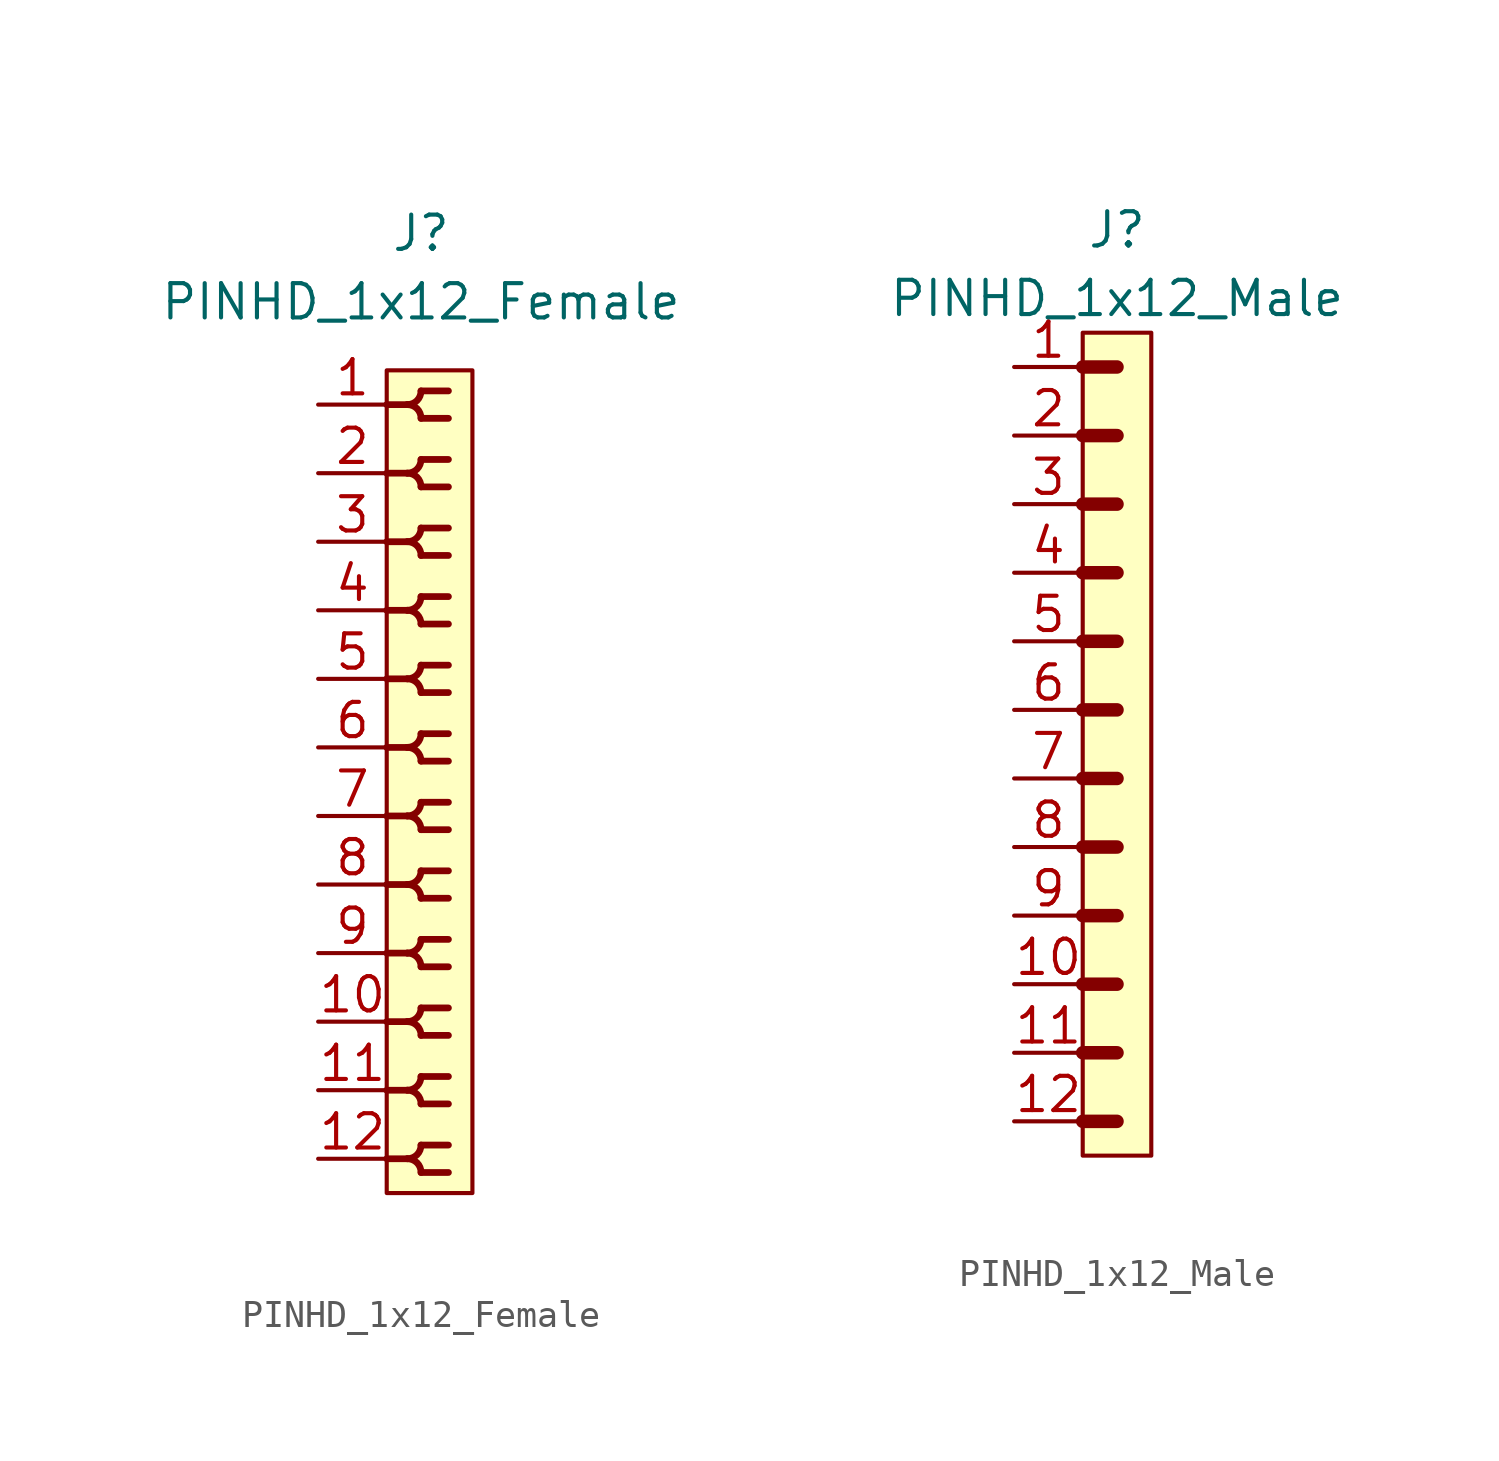
<source format=kicad_sym>
(kicad_symbol_lib
  (version 20211014)
  (generator kicad_symbol_editor)
  (symbol "PINHD_1x12_Female"
    (property "Reference" "J"
      (at 0 20.32 0)
      (effects (font (size 1.27 1.27))))
    (property "Value" "PINHD_1x12_Female"
      (at 0 17.78 0)
      (effects (font (size 1.27 1.27))))
    (symbol "PINHD_1x12_Female_0_1"
      (rectangle (start -1.27 15.24) (end 1.905 -15.24) (stroke (width 0) (type default) (color 0 0 0 0)) (fill (type background)))
      (arc (start -0.508 -13.97) (mid 0.3592 -14.3292) (end 0 -13.462) (stroke (width 0.25) (type default) (color 0 0 0 0)) (fill (type none)))
      (arc (start -0.508 -11.43) (mid 0.3592 -11.7892) (end 0 -10.922) (stroke (width 0.25) (type default) (color 0 0 0 0)) (fill (type none)))
      (arc (start -0.508 -8.89) (mid 0.3592 -9.2492) (end 0 -8.382) (stroke (width 0.25) (type default) (color 0 0 0 0)) (fill (type none)))
      (arc (start -0.508 -6.35) (mid 0.3592 -6.7092) (end 0 -5.842) (stroke (width 0.25) (type default) (color 0 0 0 0)) (fill (type none)))
      (arc (start -0.508 -3.81) (mid 0.3592 -4.1692) (end 0 -3.302) (stroke (width 0.25) (type default) (color 0 0 0 0)) (fill (type none)))
      (arc (start -0.508 -1.27) (mid 0.3592 -1.6292) (end 0 -0.762) (stroke (width 0.25) (type default) (color 0 0 0 0)) (fill (type none)))
      (arc (start -0.508 1.27) (mid 0.3592 0.9108) (end 0 1.778) (stroke (width 0.25) (type default) (color 0 0 0 0)) (fill (type none)))
      (arc (start -0.508 3.81) (mid 0.3592 3.4508) (end 0 4.318) (stroke (width 0.25) (type default) (color 0 0 0 0)) (fill (type none)))
      (arc (start -0.508 6.35) (mid 0.3592 5.9908) (end 0 6.858) (stroke (width 0.25) (type default) (color 0 0 0 0)) (fill (type none)))
      (arc (start -0.508 8.89) (mid 0.3592 8.5308) (end 0 9.398) (stroke (width 0.25) (type default) (color 0 0 0 0)) (fill (type none)))
      (arc (start -0.508 11.43) (mid 0.3592 11.0708) (end 0 11.938) (stroke (width 0.25) (type default) (color 0 0 0 0)) (fill (type none)))
      (arc (start -0.508 13.97) (mid 0.3592 13.6108) (end 0 14.478) (stroke (width 0.25) (type default) (color 0 0 0 0)) (fill (type none)))
      (arc (start 0 -14.478) (mid 0.3592 -13.6108) (end -0.508 -13.97) (stroke (width 0.25) (type default) (color 0 0 0 0)) (fill (type none)))
      (arc (start 0 -11.938) (mid 0.3592 -11.0708) (end -0.508 -11.43) (stroke (width 0.25) (type default) (color 0 0 0 0)) (fill (type none)))
      (arc (start 0 -9.398) (mid 0.3592 -8.5308) (end -0.508 -8.89) (stroke (width 0.25) (type default) (color 0 0 0 0)) (fill (type none)))
      (arc (start 0 -6.858) (mid 0.3592 -5.9908) (end -0.508 -6.35) (stroke (width 0.25) (type default) (color 0 0 0 0)) (fill (type none)))
      (arc (start 0 -4.318) (mid 0.3592 -3.4508) (end -0.508 -3.81) (stroke (width 0.25) (type default) (color 0 0 0 0)) (fill (type none)))
      (arc (start 0 -1.778) (mid 0.3592 -0.9108) (end -0.508 -1.27) (stroke (width 0.25) (type default) (color 0 0 0 0)) (fill (type none)))
      (polyline (pts (xy -1.27 -13.97) (xy -0.508 -13.97)) (stroke (width 0.25) (type default) (color 0 0 0 0)) (fill (type none)))
      (polyline (pts (xy -1.27 -11.43) (xy -0.508 -11.43)) (stroke (width 0.25) (type default) (color 0 0 0 0)) (fill (type none)))
      (polyline (pts (xy -1.27 -8.89) (xy -0.508 -8.89)) (stroke (width 0.25) (type default) (color 0 0 0 0)) (fill (type none)))
      (polyline (pts (xy -1.27 -6.35) (xy -0.508 -6.35)) (stroke (width 0.25) (type default) (color 0 0 0 0)) (fill (type none)))
      (polyline (pts (xy -1.27 -3.81) (xy -0.508 -3.81)) (stroke (width 0.25) (type default) (color 0 0 0 0)) (fill (type none)))
      (polyline (pts (xy -1.27 -1.27) (xy -0.508 -1.27)) (stroke (width 0.25) (type default) (color 0 0 0 0)) (fill (type none)))
      (polyline (pts (xy -1.27 1.27) (xy -0.508 1.27)) (stroke (width 0.25) (type default) (color 0 0 0 0)) (fill (type none)))
      (polyline (pts (xy -1.27 3.81) (xy -0.508 3.81)) (stroke (width 0.25) (type default) (color 0 0 0 0)) (fill (type none)))
      (polyline (pts (xy -1.27 6.35) (xy -0.508 6.35)) (stroke (width 0.25) (type default) (color 0 0 0 0)) (fill (type none)))
      (polyline (pts (xy -1.27 8.89) (xy -0.508 8.89)) (stroke (width 0.25) (type default) (color 0 0 0 0)) (fill (type none)))
      (polyline (pts (xy -1.27 11.43) (xy -0.508 11.43)) (stroke (width 0.25) (type default) (color 0 0 0 0)) (fill (type none)))
      (polyline (pts (xy -1.27 13.97) (xy -0.508 13.97)) (stroke (width 0.25) (type default) (color 0 0 0 0)) (fill (type none)))
      (polyline (pts (xy 0 -14.478) (xy 1.016 -14.478)) (stroke (width 0.25) (type default) (color 0 0 0 0)) (fill (type none)))
      (polyline (pts (xy 0 -13.462) (xy 1.016 -13.462)) (stroke (width 0.25) (type default) (color 0 0 0 0)) (fill (type none)))
      (polyline (pts (xy 0 -11.938) (xy 1.016 -11.938)) (stroke (width 0.25) (type default) (color 0 0 0 0)) (fill (type none)))
      (polyline (pts (xy 0 -10.922) (xy 1.016 -10.922)) (stroke (width 0.25) (type default) (color 0 0 0 0)) (fill (type none)))
      (polyline (pts (xy 0 -9.398) (xy 1.016 -9.398)) (stroke (width 0.25) (type default) (color 0 0 0 0)) (fill (type none)))
      (polyline (pts (xy 0 -8.382) (xy 1.016 -8.382)) (stroke (width 0.25) (type default) (color 0 0 0 0)) (fill (type none)))
      (polyline (pts (xy 0 -6.858) (xy 1.016 -6.858)) (stroke (width 0.25) (type default) (color 0 0 0 0)) (fill (type none)))
      (polyline (pts (xy 0 -5.842) (xy 1.016 -5.842)) (stroke (width 0.25) (type default) (color 0 0 0 0)) (fill (type none)))
      (polyline (pts (xy 0 -4.318) (xy 1.016 -4.318)) (stroke (width 0.25) (type default) (color 0 0 0 0)) (fill (type none)))
      (polyline (pts (xy 0 -3.302) (xy 1.016 -3.302)) (stroke (width 0.25) (type default) (color 0 0 0 0)) (fill (type none)))
      (polyline (pts (xy 0 -1.778) (xy 1.016 -1.778)) (stroke (width 0.25) (type default) (color 0 0 0 0)) (fill (type none)))
      (polyline (pts (xy 0 -0.762) (xy 1.016 -0.762)) (stroke (width 0.25) (type default) (color 0 0 0 0)) (fill (type none)))
      (polyline (pts (xy 0 0.762) (xy 1.016 0.762)) (stroke (width 0.25) (type default) (color 0 0 0 0)) (fill (type none)))
      (polyline (pts (xy 0 1.778) (xy 1.016 1.778)) (stroke (width 0.25) (type default) (color 0 0 0 0)) (fill (type none)))
      (polyline (pts (xy 0 3.302) (xy 1.016 3.302)) (stroke (width 0.25) (type default) (color 0 0 0 0)) (fill (type none)))
      (polyline (pts (xy 0 4.318) (xy 1.016 4.318)) (stroke (width 0.25) (type default) (color 0 0 0 0)) (fill (type none)))
      (polyline (pts (xy 0 5.842) (xy 1.016 5.842)) (stroke (width 0.25) (type default) (color 0 0 0 0)) (fill (type none)))
      (polyline (pts (xy 0 6.858) (xy 1.016 6.858)) (stroke (width 0.25) (type default) (color 0 0 0 0)) (fill (type none)))
      (polyline (pts (xy 0 8.382) (xy 1.016 8.382)) (stroke (width 0.25) (type default) (color 0 0 0 0)) (fill (type none)))
      (polyline (pts (xy 0 9.398) (xy 1.016 9.398)) (stroke (width 0.25) (type default) (color 0 0 0 0)) (fill (type none)))
      (polyline (pts (xy 0 10.922) (xy 1.016 10.922)) (stroke (width 0.25) (type default) (color 0 0 0 0)) (fill (type none)))
      (polyline (pts (xy 0 11.938) (xy 1.016 11.938)) (stroke (width 0.25) (type default) (color 0 0 0 0)) (fill (type none)))
      (polyline (pts (xy 0 13.462) (xy 1.016 13.462)) (stroke (width 0.25) (type default) (color 0 0 0 0)) (fill (type none)))
      (polyline (pts (xy 0 14.478) (xy 1.016 14.478)) (stroke (width 0.25) (type default) (color 0 0 0 0)) (fill (type none)))
      (arc (start 0 0.762) (mid 0.3592 1.6292) (end -0.508 1.27) (stroke (width 0.25) (type default) (color 0 0 0 0)) (fill (type none)))
      (arc (start 0 3.302) (mid 0.3592 4.1692) (end -0.508 3.81) (stroke (width 0.25) (type default) (color 0 0 0 0)) (fill (type none)))
      (arc (start 0 5.842) (mid 0.3592 6.7092) (end -0.508 6.35) (stroke (width 0.25) (type default) (color 0 0 0 0)) (fill (type none)))
      (arc (start 0 8.382) (mid 0.3592 9.2492) (end -0.508 8.89) (stroke (width 0.25) (type default) (color 0 0 0 0)) (fill (type none)))
      (arc (start 0 10.922) (mid 0.3592 11.7892) (end -0.508 11.43) (stroke (width 0.25) (type default) (color 0 0 0 0)) (fill (type none)))
      (arc (start 0 13.462) (mid 0.3592 14.3292) (end -0.508 13.97) (stroke (width 0.25) (type default) (color 0 0 0 0)) (fill (type none))))
    (symbol "PINHD_1x12_Female_1_1"
      (pin passive line (at -3.81 13.97 0) (length 2.54) (name "" (effects (font (size 1.27 1.27)))) (number "1" (effects (font (size 1.27 1.27)))))
      (pin passive line (at -3.81 -8.89 0) (length 2.54) (name "" (effects (font (size 1.27 1.27)))) (number "10" (effects (font (size 1.27 1.27)))))
      (pin passive line (at -3.81 -11.43 0) (length 2.54) (name "" (effects (font (size 1.27 1.27)))) (number "11" (effects (font (size 1.27 1.27)))))
      (pin passive line (at -3.81 -13.97 0) (length 2.54) (name "" (effects (font (size 1.27 1.27)))) (number "12" (effects (font (size 1.27 1.27)))))
      (pin passive line (at -3.81 11.43 0) (length 2.54) (name "" (effects (font (size 1.27 1.27)))) (number "2" (effects (font (size 1.27 1.27)))))
      (pin passive line (at -3.81 8.89 0) (length 2.54) (name "" (effects (font (size 1.27 1.27)))) (number "3" (effects (font (size 1.27 1.27)))))
      (pin passive line (at -3.81 6.35 0) (length 2.54) (name "" (effects (font (size 1.27 1.27)))) (number "4" (effects (font (size 1.27 1.27)))))
      (pin passive line (at -3.81 3.81 0) (length 2.54) (name "" (effects (font (size 1.27 1.27)))) (number "5" (effects (font (size 1.27 1.27)))))
      (pin passive line (at -3.81 1.27 0) (length 2.54) (name "" (effects (font (size 1.27 1.27)))) (number "6" (effects (font (size 1.27 1.27)))))
      (pin passive line (at -3.81 -1.27 0) (length 2.54) (name "" (effects (font (size 1.27 1.27)))) (number "7" (effects (font (size 1.27 1.27)))))
      (pin passive line (at -3.81 -3.81 0) (length 2.54) (name "" (effects (font (size 1.27 1.27)))) (number "8" (effects (font (size 1.27 1.27)))))
      (pin passive line (at -3.81 -6.35 0) (length 2.54) (name "" (effects (font (size 1.27 1.27)))) (number "9" (effects (font (size 1.27 1.27)))))))
  (symbol "PINHD_1x12_Male"
    (property "Reference" "J"
      (at 0 19.05 0)
      (effects (font (size 1.27 1.27))))
    (property "Value" "PINHD_1x12_Male"
      (at 0 16.51 0)
      (effects (font (size 1.27 1.27))))
    (symbol "PINHD_1x12_Male_0_1"
      (rectangle (start -1.27 15.24) (end 1.27 -15.24) (stroke (width 0) (type default) (color 0 0 0 0)) (fill (type background)))
      (polyline (pts (xy -1.27 -13.97) (xy 0 -13.97)) (stroke (width 0.5) (type default) (color 0 0 0 0)) (fill (type none)))
      (polyline (pts (xy -1.27 -11.43) (xy 0 -11.43)) (stroke (width 0.5) (type default) (color 0 0 0 0)) (fill (type none)))
      (polyline (pts (xy -1.27 -8.89) (xy 0 -8.89)) (stroke (width 0.3) (type default) (color 0 0 0 0)) (fill (type none)))
      (polyline (pts (xy -1.27 -8.89) (xy 0 -8.89)) (stroke (width 0.5) (type default) (color 0 0 0 0)) (fill (type none)))
      (polyline (pts (xy -1.27 -6.35) (xy 0 -6.35)) (stroke (width 0.3) (type default) (color 0 0 0 0)) (fill (type none)))
      (polyline (pts (xy -1.27 -6.35) (xy 0 -6.35)) (stroke (width 0.5) (type default) (color 0 0 0 0)) (fill (type none)))
      (polyline (pts (xy -1.27 -3.81) (xy 0 -3.81)) (stroke (width 0.3) (type default) (color 0 0 0 0)) (fill (type none)))
      (polyline (pts (xy -1.27 -3.81) (xy 0 -3.81)) (stroke (width 0.5) (type default) (color 0 0 0 0)) (fill (type none)))
      (polyline (pts (xy -1.27 -1.27) (xy 0 -1.27)) (stroke (width 0.3) (type default) (color 0 0 0 0)) (fill (type none)))
      (polyline (pts (xy -1.27 -1.27) (xy 0 -1.27)) (stroke (width 0.5) (type default) (color 0 0 0 0)) (fill (type none)))
      (polyline (pts (xy -1.27 1.27) (xy 0 1.27)) (stroke (width 0.3) (type default) (color 0 0 0 0)) (fill (type none)))
      (polyline (pts (xy -1.27 1.27) (xy 0 1.27)) (stroke (width 0.5) (type default) (color 0 0 0 0)) (fill (type none)))
      (polyline (pts (xy -1.27 3.81) (xy 0 3.81)) (stroke (width 0.3) (type default) (color 0 0 0 0)) (fill (type none)))
      (polyline (pts (xy -1.27 3.81) (xy 0 3.81)) (stroke (width 0.5) (type default) (color 0 0 0 0)) (fill (type none)))
      (polyline (pts (xy -1.27 6.35) (xy 0 6.35)) (stroke (width 0.3) (type default) (color 0 0 0 0)) (fill (type none)))
      (polyline (pts (xy -1.27 6.35) (xy 0 6.35)) (stroke (width 0.5) (type default) (color 0 0 0 0)) (fill (type none)))
      (polyline (pts (xy -1.27 8.89) (xy 0 8.89)) (stroke (width 0.3) (type default) (color 0 0 0 0)) (fill (type none)))
      (polyline (pts (xy -1.27 8.89) (xy 0 8.89)) (stroke (width 0.5) (type default) (color 0 0 0 0)) (fill (type none)))
      (polyline (pts (xy -1.27 11.43) (xy 0 11.43)) (stroke (width 0.3) (type default) (color 0 0 0 0)) (fill (type none)))
      (polyline (pts (xy -1.27 11.43) (xy 0 11.43)) (stroke (width 0.5) (type default) (color 0 0 0 0)) (fill (type none)))
      (polyline (pts (xy -1.27 13.97) (xy 0 13.97)) (stroke (width 0.5) (type default) (color 0 0 0 0)) (fill (type none))))
    (symbol "PINHD_1x12_Male_1_1"
      (pin passive line (at -3.81 13.97 0) (length 2.54) (name "" (effects (font (size 1.27 1.27)))) (number "1" (effects (font (size 1.27 1.27)))))
      (pin passive line (at -3.81 -8.89 0) (length 2.54) (name "" (effects (font (size 1.27 1.27)))) (number "10" (effects (font (size 1.27 1.27)))))
      (pin passive line (at -3.81 -11.43 0) (length 2.54) (name "" (effects (font (size 1.27 1.27)))) (number "11" (effects (font (size 1.27 1.27)))))
      (pin passive line (at -3.81 -13.97 0) (length 2.54) (name "" (effects (font (size 1.27 1.27)))) (number "12" (effects (font (size 1.27 1.27)))))
      (pin passive line (at -3.81 11.43 0) (length 2.54) (name "" (effects (font (size 1.27 1.27)))) (number "2" (effects (font (size 1.27 1.27)))))
      (pin passive line (at -3.81 8.89 0) (length 2.54) (name "" (effects (font (size 1.27 1.27)))) (number "3" (effects (font (size 1.27 1.27)))))
      (pin passive line (at -3.81 6.35 0) (length 2.54) (name "" (effects (font (size 1.27 1.27)))) (number "4" (effects (font (size 1.27 1.27)))))
      (pin passive line (at -3.81 3.81 0) (length 2.54) (name "" (effects (font (size 1.27 1.27)))) (number "5" (effects (font (size 1.27 1.27)))))
      (pin passive line (at -3.81 1.27 0) (length 2.54) (name "" (effects (font (size 1.27 1.27)))) (number "6" (effects (font (size 1.27 1.27)))))
      (pin passive line (at -3.81 -1.27 0) (length 2.54) (name "" (effects (font (size 1.27 1.27)))) (number "7" (effects (font (size 1.27 1.27)))))
      (pin passive line (at -3.81 -3.81 0) (length 2.54) (name "" (effects (font (size 1.27 1.27)))) (number "8" (effects (font (size 1.27 1.27)))))
      (pin passive line (at -3.81 -6.35 0) (length 2.54) (name "" (effects (font (size 1.27 1.27)))) (number "9" (effects (font (size 1.27 1.27))))))))
</source>
